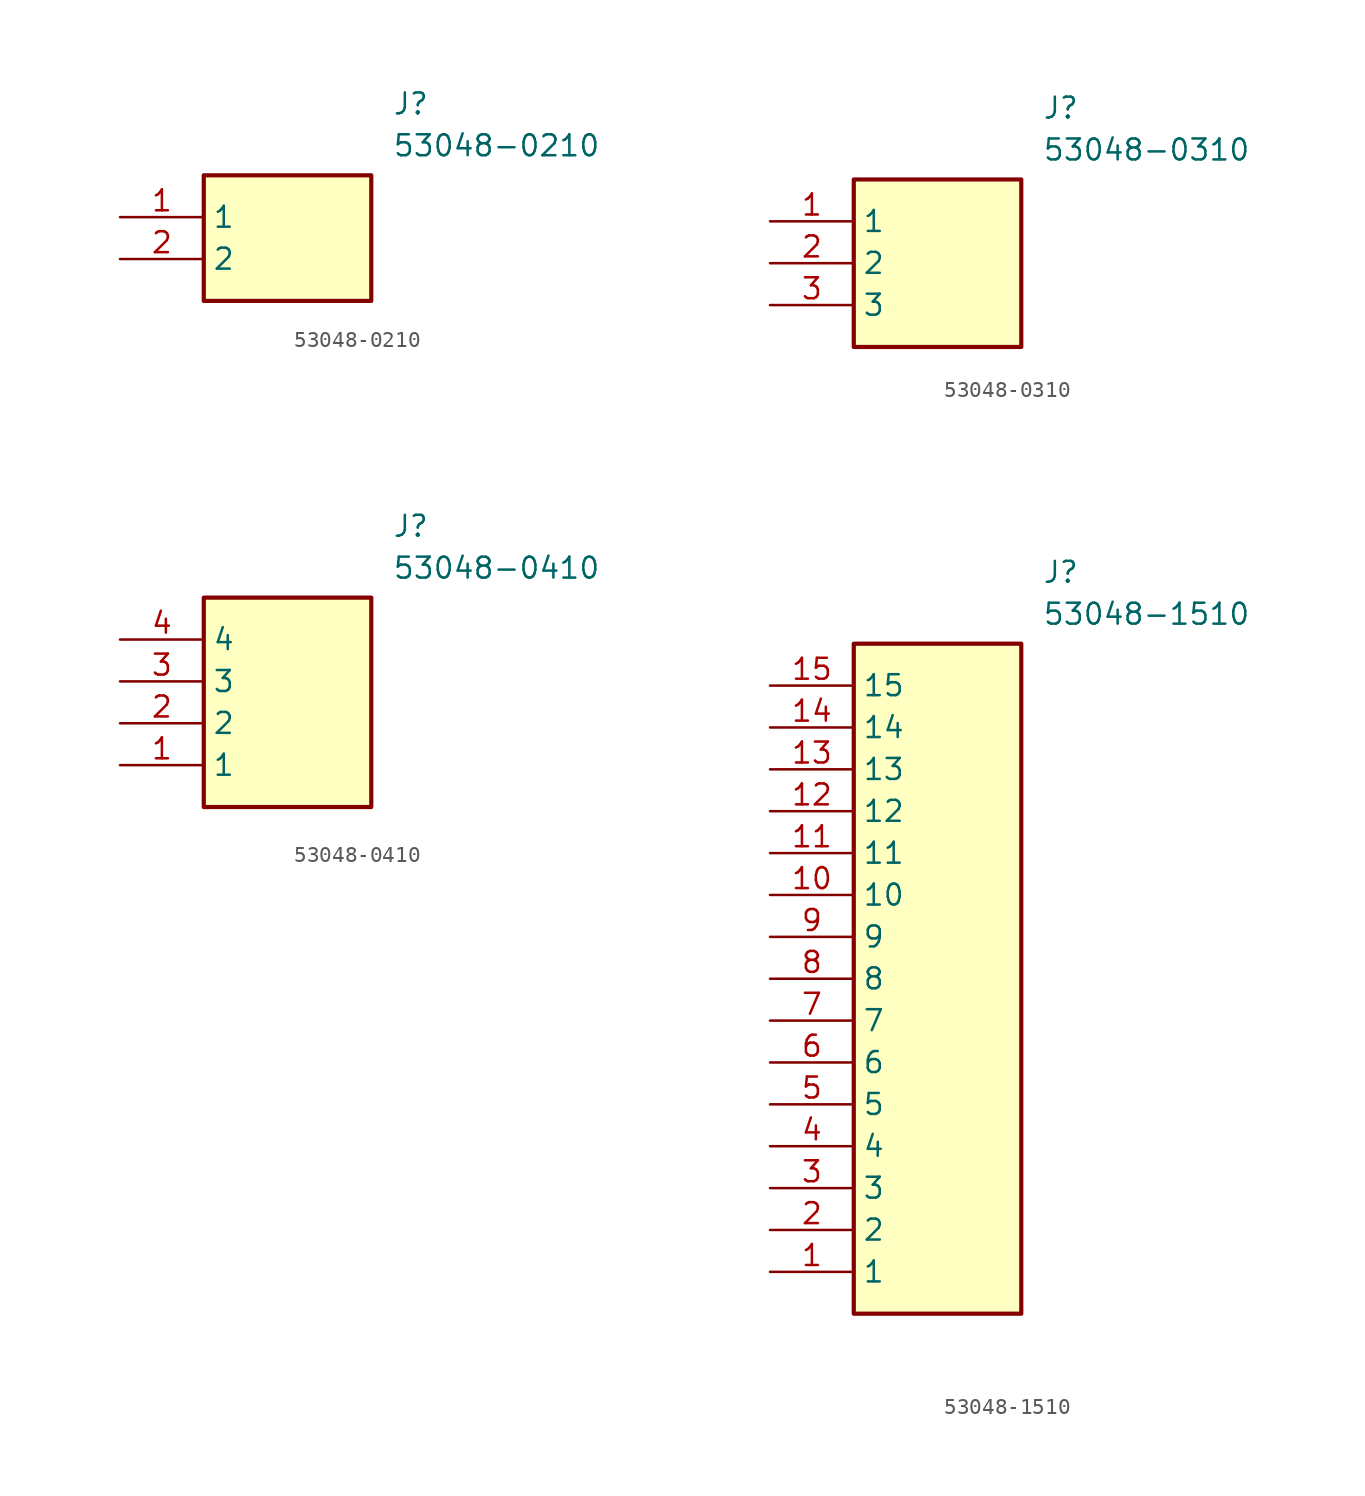
<source format=kicad_sym>
(kicad_symbol_lib
  (version 20231120)
  (generator "kicad_symbol_editor")
  (generator_version "8.0")
  (symbol "53048-0210"
    (property "Reference" "J"
      (at 16.51 7.62 0)
      (effects (font (size 1.27 1.27)) (justify left top)))
    (property "Value" "53048-0210"
      (at 16.51 5.08 0)
      (effects (font (size 1.27 1.27)) (justify left top)))
    (symbol "53048-0210_1_1"
      (rectangle (start 5.08 2.54) (end 15.24 -5.08) (stroke (width 0.254) (type default)) (fill (type background)))
      (pin passive line (at 0 0 0) (length 5.08) (name "1" (effects (font (size 1.27 1.27)))) (number "1" (effects (font (size 1.27 1.27)))))
      (pin passive line (at 0 -2.54 0) (length 5.08) (name "2" (effects (font (size 1.27 1.27)))) (number "2" (effects (font (size 1.27 1.27)))))))
  (symbol "53048-0310"
    (property "Reference" "J"
      (at 16.51 7.62 0)
      (effects (font (size 1.27 1.27)) (justify left top)))
    (property "Value" "53048-0310"
      (at 16.51 5.08 0)
      (effects (font (size 1.27 1.27)) (justify left top)))
    (symbol "53048-0310_1_1"
      (rectangle (start 5.08 2.54) (end 15.24 -7.62) (stroke (width 0.254) (type default)) (fill (type background)))
      (pin passive line (at 0 0 0) (length 5.08) (name "1" (effects (font (size 1.27 1.27)))) (number "1" (effects (font (size 1.27 1.27)))))
      (pin passive line (at 0 -2.54 0) (length 5.08) (name "2" (effects (font (size 1.27 1.27)))) (number "2" (effects (font (size 1.27 1.27)))))
      (pin passive line (at 0 -5.08 0) (length 5.08) (name "3" (effects (font (size 1.27 1.27)))) (number "3" (effects (font (size 1.27 1.27)))))))
  (symbol "53048-0410"
    (property "Reference" "J"
      (at 16.51 7.62 0)
      (effects (font (size 1.27 1.27)) (justify left top)))
    (property "Value" "53048-0410"
      (at 16.51 5.08 0)
      (effects (font (size 1.27 1.27)) (justify left top)))
    (symbol "53048-0410_1_1"
      (rectangle (start 5.08 2.54) (end 15.24 -10.16) (stroke (width 0.254) (type default)) (fill (type background)))
      (pin passive line (at 0 -7.62 0) (length 5.08) (name "1" (effects (font (size 1.27 1.27)))) (number "1" (effects (font (size 1.27 1.27)))))
      (pin passive line (at 0 -5.08 0) (length 5.08) (name "2" (effects (font (size 1.27 1.27)))) (number "2" (effects (font (size 1.27 1.27)))))
      (pin passive line (at 0 -2.54 0) (length 5.08) (name "3" (effects (font (size 1.27 1.27)))) (number "3" (effects (font (size 1.27 1.27)))))
      (pin passive line (at 0 0 0) (length 5.08) (name "4" (effects (font (size 1.27 1.27)))) (number "4" (effects (font (size 1.27 1.27)))))))
  (symbol "53048-1510"
    (property "Reference" "J"
      (at 16.51 7.62 0)
      (effects (font (size 1.27 1.27)) (justify left top)))
    (property "Value" "53048-1510"
      (at 16.51 5.08 0)
      (effects (font (size 1.27 1.27)) (justify left top)))
    (symbol "53048-1510_1_1"
      (rectangle (start 5.08 2.54) (end 15.24 -38.1) (stroke (width 0.254) (type default)) (fill (type background)))
      (pin passive line (at 0 -35.56 0) (length 5.08) (name "1" (effects (font (size 1.27 1.27)))) (number "1" (effects (font (size 1.27 1.27)))))
      (pin passive line (at 0 -12.7 0) (length 5.08) (name "10" (effects (font (size 1.27 1.27)))) (number "10" (effects (font (size 1.27 1.27)))))
      (pin passive line (at 0 -10.16 0) (length 5.08) (name "11" (effects (font (size 1.27 1.27)))) (number "11" (effects (font (size 1.27 1.27)))))
      (pin passive line (at 0 -7.62 0) (length 5.08) (name "12" (effects (font (size 1.27 1.27)))) (number "12" (effects (font (size 1.27 1.27)))))
      (pin passive line (at 0 -5.08 0) (length 5.08) (name "13" (effects (font (size 1.27 1.27)))) (number "13" (effects (font (size 1.27 1.27)))))
      (pin passive line (at 0 -2.54 0) (length 5.08) (name "14" (effects (font (size 1.27 1.27)))) (number "14" (effects (font (size 1.27 1.27)))))
      (pin passive line (at 0 0 0) (length 5.08) (name "15" (effects (font (size 1.27 1.27)))) (number "15" (effects (font (size 1.27 1.27)))))
      (pin passive line (at 0 -33.02 0) (length 5.08) (name "2" (effects (font (size 1.27 1.27)))) (number "2" (effects (font (size 1.27 1.27)))))
      (pin passive line (at 0 -30.48 0) (length 5.08) (name "3" (effects (font (size 1.27 1.27)))) (number "3" (effects (font (size 1.27 1.27)))))
      (pin passive line (at 0 -27.94 0) (length 5.08) (name "4" (effects (font (size 1.27 1.27)))) (number "4" (effects (font (size 1.27 1.27)))))
      (pin passive line (at 0 -25.4 0) (length 5.08) (name "5" (effects (font (size 1.27 1.27)))) (number "5" (effects (font (size 1.27 1.27)))))
      (pin passive line (at 0 -22.86 0) (length 5.08) (name "6" (effects (font (size 1.27 1.27)))) (number "6" (effects (font (size 1.27 1.27)))))
      (pin passive line (at 0 -20.32 0) (length 5.08) (name "7" (effects (font (size 1.27 1.27)))) (number "7" (effects (font (size 1.27 1.27)))))
      (pin passive line (at 0 -17.78 0) (length 5.08) (name "8" (effects (font (size 1.27 1.27)))) (number "8" (effects (font (size 1.27 1.27)))))
      (pin passive line (at 0 -15.24 0) (length 5.08) (name "9" (effects (font (size 1.27 1.27)))) (number "9" (effects (font (size 1.27 1.27))))))))
</source>
